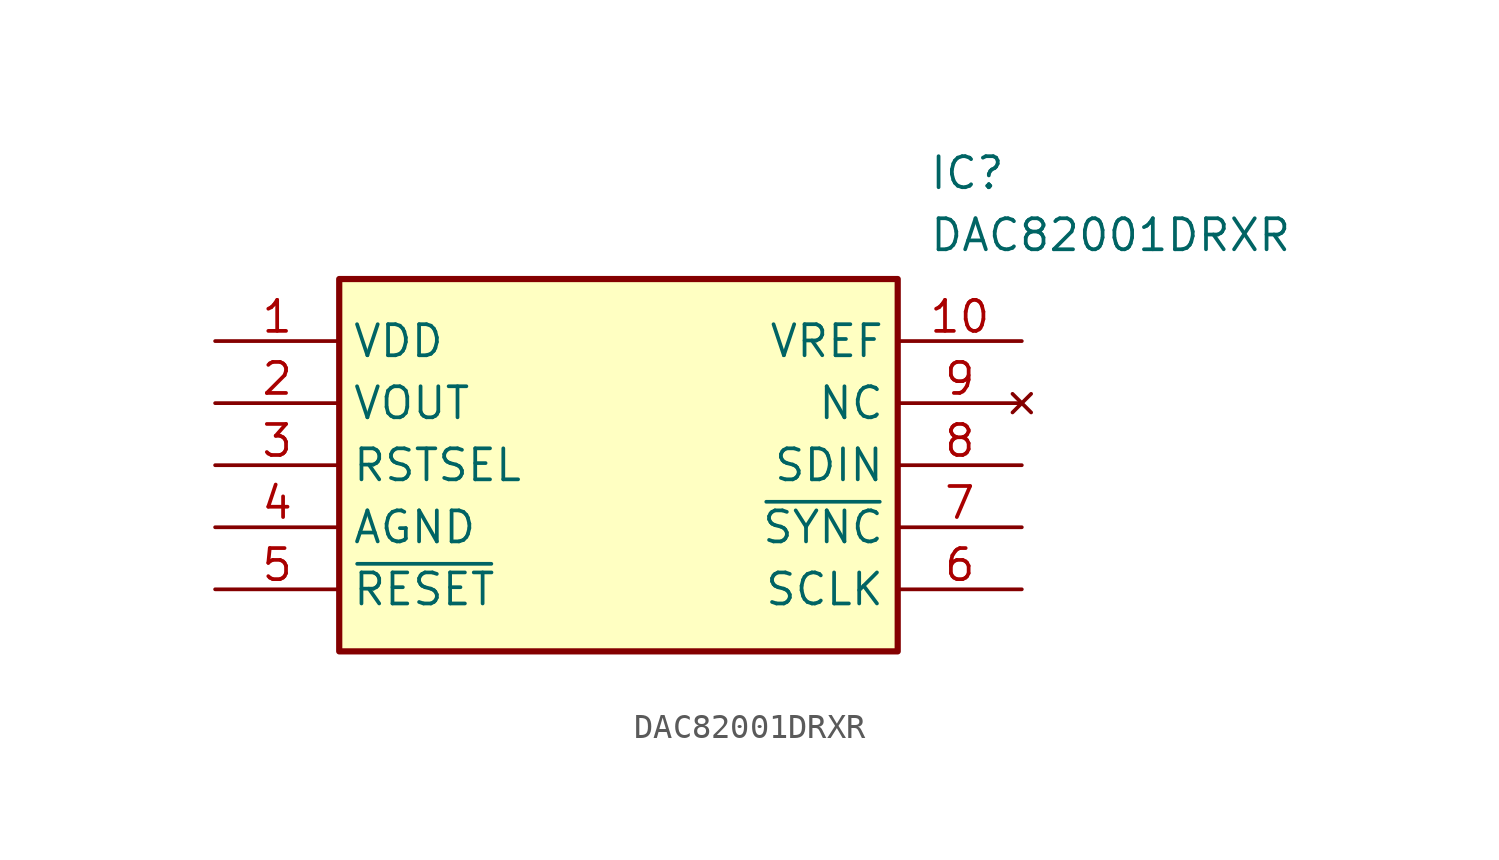
<source format=kicad_sym>
(kicad_symbol_lib
  (version 20211014)
  (generator SamacSys_ECAD_Model)
  (symbol "DAC82001DRXR"
    (property "Reference" "IC"
      (at 29.21 7.62 0)
      (effects (font (size 1.27 1.27)) (justify left top)))
    (property "Value" "DAC82001DRXR"
      (at 29.21 5.08 0)
      (effects (font (size 1.27 1.27)) (justify left top)))
    (rectangle
      (start 5.08 2.54)
      (end 27.94 -12.7)
      (stroke (width 0.254) (type default))
      (fill (type background)))
    (pin passive line
      (at 0 0 0)
      (length 5.08)
      (name "VDD" (effects (font (size 1.27 1.27))))
      (number "1" (effects (font (size 1.27 1.27)))))
    (pin passive line
      (at 0 -2.54 0)
      (length 5.08)
      (name "VOUT" (effects (font (size 1.27 1.27))))
      (number "2" (effects (font (size 1.27 1.27)))))
    (pin passive line
      (at 0 -5.08 0)
      (length 5.08)
      (name "RSTSEL" (effects (font (size 1.27 1.27))))
      (number "3" (effects (font (size 1.27 1.27)))))
    (pin passive line
      (at 0 -7.62 0)
      (length 5.08)
      (name "AGND" (effects (font (size 1.27 1.27))))
      (number "4" (effects (font (size 1.27 1.27)))))
    (pin passive line
      (at 0 -10.16 0)
      (length 5.08)
      (name "~{RESET}" (effects (font (size 1.27 1.27))))
      (number "5" (effects (font (size 1.27 1.27)))))
    (pin passive line
      (at 33.02 0 180)
      (length 5.08)
      (name "VREF" (effects (font (size 1.27 1.27))))
      (number "10" (effects (font (size 1.27 1.27)))))
    (pin no_connect line
      (at 33.02 -2.54 180)
      (length 5.08)
      (name "NC" (effects (font (size 1.27 1.27))))
      (number "9" (effects (font (size 1.27 1.27)))))
    (pin passive line
      (at 33.02 -5.08 180)
      (length 5.08)
      (name "SDIN" (effects (font (size 1.27 1.27))))
      (number "8" (effects (font (size 1.27 1.27)))))
    (pin passive line
      (at 33.02 -7.62 180)
      (length 5.08)
      (name "~{SYNC}" (effects (font (size 1.27 1.27))))
      (number "7" (effects (font (size 1.27 1.27)))))
    (pin passive line
      (at 33.02 -10.16 180)
      (length 5.08)
      (name "SCLK" (effects (font (size 1.27 1.27))))
      (number "6" (effects (font (size 1.27 1.27)))))))
</source>
